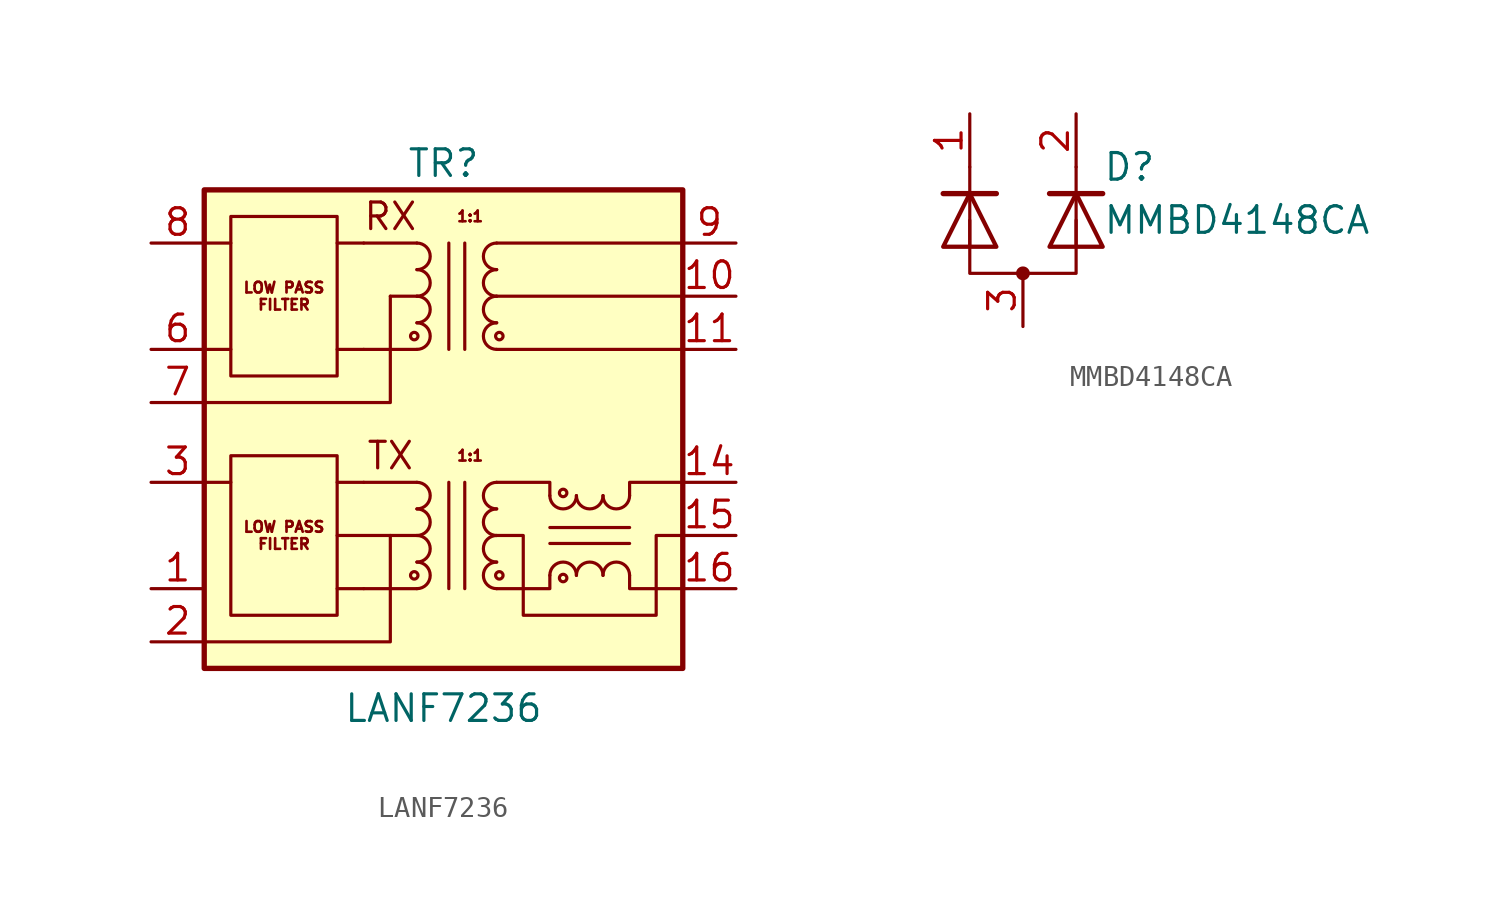
<source format=kicad_sym>
(kicad_symbol_lib
  (version 20231120)
  (generator "kicad_symbol_editor")
  (generator_version "8.0")
  (symbol "LANF7236"
    (pin_names hide)
    (property "Reference" "TR"
      (at 0 11.43 0)
      (effects (font (size 1.27 1.27))))
    (property "Value" "LANF7236"
      (at 0 -14.605 0)
      (effects (font (size 1.27 1.27))))
    (symbol "LANF7236_0_1"
      (rectangle (start -11.43 10.16) (end 11.43 -12.7) (stroke (width 0.254) (type default)) (fill (type background)))
      (circle (center -1.397 3.175) (radius 0.178) (stroke (width 0) (type default)) (fill (type none)))
      (arc (start -1.27 6.35) (mid -0.6377 6.985) (end -1.27 7.62) (stroke (width 0) (type default)) (fill (type none)))
      (polyline (pts (xy -5.08 -6.35) (xy -2.54 -6.35)) (stroke (width 0) (type default)) (fill (type none)))
      (polyline (pts (xy -1.27 2.54) (xy -3.81 2.54)) (stroke (width 0) (type default)) (fill (type none)))
      (polyline (pts (xy -1.27 7.62) (xy -3.81 7.62)) (stroke (width 0) (type default)) (fill (type none)))
      (polyline (pts (xy 0.254 -3.81) (xy 0.254 -8.89)) (stroke (width 0) (type default)) (fill (type none)))
      (polyline (pts (xy 0.254 2.54) (xy 0.254 7.62)) (stroke (width 0) (type default)) (fill (type none)))
      (polyline (pts (xy 1.016 -8.89) (xy 1.016 -3.81)) (stroke (width 0) (type default)) (fill (type none)))
      (polyline (pts (xy 1.016 7.62) (xy 1.016 2.54)) (stroke (width 0) (type default)) (fill (type none)))
      (polyline (pts (xy 2.54 2.54) (xy 11.43 2.54)) (stroke (width 0) (type default)) (fill (type none)))
      (polyline (pts (xy 11.43 7.62) (xy 2.54 7.62)) (stroke (width 0) (type default)) (fill (type none))))
    (symbol "LANF7236_1_1"
      (rectangle (start -10.16 -2.54) (end -5.08 -10.16) (stroke (width 0) (type default)) (fill (type none)))
      (rectangle (start -10.16 8.89) (end -5.08 1.27) (stroke (width 0) (type default)) (fill (type none)))
      (circle (center -1.397 -8.255) (radius 0.178) (stroke (width 0) (type default)) (fill (type none)))
      (arc (start -1.27 -8.89) (mid -0.6377 -8.255) (end -1.27 -7.62) (stroke (width 0) (type default)) (fill (type none)))
      (arc (start -1.27 -7.62) (mid -0.6377 -6.985) (end -1.27 -6.35) (stroke (width 0) (type default)) (fill (type none)))
      (arc (start -1.27 -6.35) (mid -0.6377 -5.715) (end -1.27 -5.08) (stroke (width 0) (type default)) (fill (type none)))
      (arc (start -1.27 -5.08) (mid -0.6377 -4.445) (end -1.27 -3.81) (stroke (width 0) (type default)) (fill (type none)))
      (arc (start -1.27 2.54) (mid -0.6377 3.175) (end -1.27 3.81) (stroke (width 0) (type default)) (fill (type none)))
      (arc (start -1.27 3.81) (mid -0.6377 4.445) (end -1.27 5.08) (stroke (width 0) (type default)) (fill (type none)))
      (arc (start -1.27 5.08) (mid -0.6377 5.715) (end -1.27 6.35) (stroke (width 0) (type default)) (fill (type none)))
      (polyline (pts (xy -11.43 2.54) (xy -10.16 2.54)) (stroke (width 0) (type default)) (fill (type none)))
      (polyline (pts (xy -11.43 7.62) (xy -10.16 7.62)) (stroke (width 0) (type default)) (fill (type none)))
      (polyline (pts (xy -10.16 -3.81) (xy -11.43 -3.81)) (stroke (width 0) (type default)) (fill (type none)))
      (polyline (pts (xy -3.81 -8.89) (xy -5.08 -8.89)) (stroke (width 0) (type default)) (fill (type none)))
      (polyline (pts (xy -3.81 -3.81) (xy -5.08 -3.81)) (stroke (width 0) (type default)) (fill (type none)))
      (polyline (pts (xy -3.81 2.54) (xy -5.08 2.54)) (stroke (width 0) (type default)) (fill (type none)))
      (polyline (pts (xy -3.81 7.62) (xy -5.08 7.62)) (stroke (width 0) (type default)) (fill (type none)))
      (polyline (pts (xy -2.54 -6.35) (xy -1.27 -6.35)) (stroke (width 0) (type default)) (fill (type none)))
      (polyline (pts (xy -2.54 5.08) (xy -1.27 5.08)) (stroke (width 0) (type default)) (fill (type none)))
      (polyline (pts (xy -1.27 -8.89) (xy -3.81 -8.89)) (stroke (width 0) (type default)) (fill (type none)))
      (polyline (pts (xy -1.27 -3.81) (xy -3.81 -3.81)) (stroke (width 0) (type default)) (fill (type none)))
      (polyline (pts (xy 2.54 5.08) (xy 11.43 5.08)) (stroke (width 0) (type default)) (fill (type none)))
      (polyline (pts (xy 5.08 -6.731) (xy 8.89 -6.731)) (stroke (width 0) (type default)) (fill (type none)))
      (polyline (pts (xy 5.08 -5.969) (xy 8.89 -5.969)) (stroke (width 0) (type default)) (fill (type none)))
      (polyline (pts (xy -11.43 -11.43) (xy -2.54 -11.43) (xy -2.54 -6.35)) (stroke (width 0) (type default)) (fill (type none)))
      (polyline (pts (xy -11.43 0) (xy -2.54 0) (xy -2.54 5.08)) (stroke (width 0) (type default)) (fill (type none)))
      (polyline (pts (xy 2.54 -8.89) (xy 5.08 -8.89) (xy 5.08 -8.255)) (stroke (width 0) (type default)) (fill (type none)))
      (polyline (pts (xy 5.08 -4.445) (xy 5.08 -3.81) (xy 2.54 -3.81)) (stroke (width 0) (type default)) (fill (type none)))
      (polyline (pts (xy 8.89 -8.255) (xy 8.89 -8.89) (xy 11.43 -8.89)) (stroke (width 0) (type default)) (fill (type none)))
      (polyline (pts (xy 8.89 -4.445) (xy 8.89 -3.81) (xy 11.43 -3.81)) (stroke (width 0) (type default)) (fill (type none)))
      (polyline (pts (xy 11.43 -6.35) (xy 10.16 -6.35) (xy 10.16 -10.16) (xy 3.81 -10.16) (xy 3.81 -6.35) (xy 2.54 -6.35)) (stroke (width 0) (type default)) (fill (type none)))
      (arc (start 2.54 -7.62) (mid 1.9077 -8.255) (end 2.54 -8.89) (stroke (width 0) (type default)) (fill (type none)))
      (arc (start 2.54 -6.35) (mid 1.9077 -6.985) (end 2.54 -7.62) (stroke (width 0) (type default)) (fill (type none)))
      (arc (start 2.54 -5.08) (mid 1.9077 -5.715) (end 2.54 -6.35) (stroke (width 0) (type default)) (fill (type none)))
      (arc (start 2.54 -3.81) (mid 1.9077 -4.445) (end 2.54 -5.08) (stroke (width 0) (type default)) (fill (type none)))
      (arc (start 2.54 3.81) (mid 1.9077 3.175) (end 2.54 2.54) (stroke (width 0) (type default)) (fill (type none)))
      (arc (start 2.54 5.08) (mid 1.9077 4.445) (end 2.54 3.81) (stroke (width 0) (type default)) (fill (type none)))
      (arc (start 2.54 6.35) (mid 1.9077 5.715) (end 2.54 5.08) (stroke (width 0) (type default)) (fill (type none)))
      (arc (start 2.54 7.62) (mid 1.9077 6.985) (end 2.54 6.35) (stroke (width 0) (type default)) (fill (type none)))
      (circle (center 2.667 -8.255) (radius 0.178) (stroke (width 0) (type default)) (fill (type none)))
      (circle (center 2.667 3.175) (radius 0.178) (stroke (width 0) (type default)) (fill (type none)))
      (arc (start 5.08 -4.445) (mid 5.715 -5.0773) (end 6.35 -4.445) (stroke (width 0) (type default)) (fill (type none)))
      (circle (center 5.715 -8.382) (radius 0.178) (stroke (width 0) (type default)) (fill (type none)))
      (circle (center 5.715 -4.318) (radius 0.178) (stroke (width 0) (type default)) (fill (type none)))
      (arc (start 6.35 -8.255) (mid 5.715 -7.6227) (end 5.08 -8.255) (stroke (width 0) (type default)) (fill (type none)))
      (arc (start 6.35 -4.445) (mid 6.985 -5.0773) (end 7.62 -4.445) (stroke (width 0) (type default)) (fill (type none)))
      (arc (start 7.62 -8.255) (mid 6.985 -7.6227) (end 6.35 -8.255) (stroke (width 0) (type default)) (fill (type none)))
      (arc (start 7.62 -4.445) (mid 8.255 -5.0773) (end 8.89 -4.445) (stroke (width 0) (type default)) (fill (type none)))
      (arc (start 8.89 -8.255) (mid 8.255 -7.6227) (end 7.62 -8.255) (stroke (width 0) (type default)) (fill (type none)))
      (text "1:1" (at 1.27 -2.54 0) (effects (font (size 0.508 0.508))))
      (text "1:1" (at 1.27 8.89 0) (effects (font (size 0.508 0.508))))
      (text "LOW PASS\nFILTER" (at -7.62 -6.35 0) (effects (font (size 0.508 0.508))))
      (text "LOW PASS\nFILTER" (at -7.62 5.08 0) (effects (font (size 0.508 0.508))))
      (text "RX" (at -2.54 8.89 0) (effects (font (size 1.27 1.27))))
      (text "TX" (at -2.54 -2.54 0) (effects (font (size 1.27 1.27))))
      (pin passive line (at -13.97 -8.89 0) (length 2.54) (name "TD+" (effects (font (size 1.27 1.27)))) (number "1" (effects (font (size 1.27 1.27)))))
      (pin passive line (at 13.97 5.08 180) (length 2.54) (name "C_RX" (effects (font (size 1.27 1.27)))) (number "10" (effects (font (size 1.27 1.27)))))
      (pin passive line (at 13.97 2.54 180) (length 2.54) (name "RX+" (effects (font (size 1.27 1.27)))) (number "11" (effects (font (size 1.27 1.27)))))
      (pin no_connect line (at -2.54 -12.7 90) (length 2.54) hide (name "NC" (effects (font (size 1.27 1.27)))) (number "12" (effects (font (size 1.27 1.27)))))
      (pin no_connect line (at 2.54 -12.7 90) (length 2.54) hide (name "NC" (effects (font (size 1.27 1.27)))) (number "13" (effects (font (size 1.27 1.27)))))
      (pin passive line (at 13.97 -3.81 180) (length 2.54) (name "TX-" (effects (font (size 1.27 1.27)))) (number "14" (effects (font (size 1.27 1.27)))))
      (pin passive line (at 13.97 -6.35 180) (length 2.54) (name "C_TX" (effects (font (size 1.27 1.27)))) (number "15" (effects (font (size 1.27 1.27)))))
      (pin passive line (at 13.97 -8.89 180) (length 2.54) (name "TX+" (effects (font (size 1.27 1.27)))) (number "16" (effects (font (size 1.27 1.27)))))
      (pin passive line (at -13.97 -11.43 0) (length 2.54) (name "C_TD" (effects (font (size 1.27 1.27)))) (number "2" (effects (font (size 1.27 1.27)))))
      (pin passive line (at -13.97 -3.81 0) (length 2.54) (name "TD-" (effects (font (size 1.27 1.27)))) (number "3" (effects (font (size 1.27 1.27)))))
      (pin no_connect line (at -2.54 10.16 270) (length 2.54) hide (name "NC" (effects (font (size 1.27 1.27)))) (number "4" (effects (font (size 1.27 1.27)))))
      (pin no_connect line (at 2.54 10.16 270) (length 2.54) hide (name "NC" (effects (font (size 1.27 1.27)))) (number "5" (effects (font (size 1.27 1.27)))))
      (pin passive line (at -13.97 2.54 0) (length 2.54) (name "RD+" (effects (font (size 1.27 1.27)))) (number "6" (effects (font (size 1.27 1.27)))))
      (pin passive line (at -13.97 0 0) (length 2.54) (name "C_RD" (effects (font (size 1.27 1.27)))) (number "7" (effects (font (size 1.27 1.27)))))
      (pin passive line (at -13.97 7.62 0) (length 2.54) (name "RD-" (effects (font (size 1.27 1.27)))) (number "8" (effects (font (size 1.27 1.27)))))
      (pin passive line (at 13.97 7.62 180) (length 2.54) (name "RX-" (effects (font (size 1.27 1.27)))) (number "9" (effects (font (size 1.27 1.27)))))))
  (symbol "MMBD4148CA"
    (pin_names
      (offset 1.016) hide)
    (property "Reference" "D"
      (at 3.81 2.54 0)
      (effects (font (size 1.27 1.27)) (justify left)))
    (property "Value" "MMBD4148CA"
      (at 3.81 0 0)
      (effects (font (size 1.27 1.27)) (justify left)))
    (symbol "MMBD4148CA_0_1"
      (circle (center 0 -2.54) (radius 0.254) (stroke (width 0) (type default)) (fill (type outline)))
      (polyline (pts (xy -2.54 -1.27) (xy -2.54 2.54)) (stroke (width 0) (type default)) (fill (type none)))
      (polyline (pts (xy 2.54 -1.27) (xy 2.54 2.54)) (stroke (width 0) (type default)) (fill (type none)))
      (polyline (pts (xy -3.81 1.27) (xy -1.27 1.27) (xy -1.27 1.27)) (stroke (width 0.254) (type default)) (fill (type none)))
      (polyline (pts (xy -2.54 0) (xy -2.54 -2.54) (xy 2.54 -2.54) (xy 2.54 0)) (stroke (width 0) (type default)) (fill (type none))))
    (symbol "MMBD4148CA_1_1"
      (polyline (pts (xy 3.81 1.27) (xy 1.27 1.27)) (stroke (width 0.254) (type default)) (fill (type none)))
      (polyline (pts (xy -3.81 -1.27) (xy -1.27 -1.27) (xy -2.54 1.27) (xy -3.81 -1.27)) (stroke (width 0.203) (type default)) (fill (type none)))
      (polyline (pts (xy 1.27 -1.27) (xy 3.81 -1.27) (xy 2.54 1.27) (xy 1.27 -1.27)) (stroke (width 0.203) (type default)) (fill (type none)))
      (pin passive line (at -2.54 5.08 270) (length 2.54) (name "K" (effects (font (size 1.27 1.27)))) (number "1" (effects (font (size 1.27 1.27)))))
      (pin passive line (at 2.54 5.08 270) (length 2.54) (name "K" (effects (font (size 1.27 1.27)))) (number "2" (effects (font (size 1.27 1.27)))))
      (pin passive line (at 0 -5.08 90) (length 2.54) (name "A" (effects (font (size 1.27 1.27)))) (number "3" (effects (font (size 1.27 1.27))))))))
</source>
